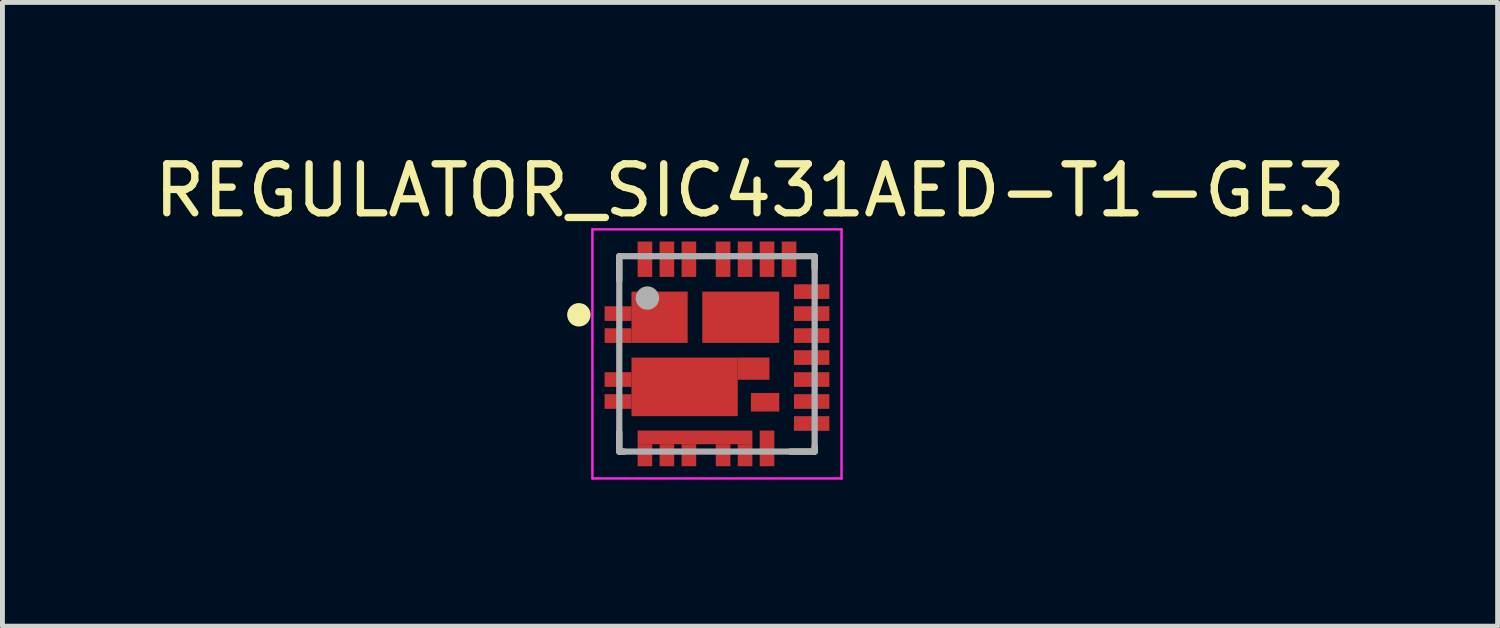
<source format=kicad_pcb>
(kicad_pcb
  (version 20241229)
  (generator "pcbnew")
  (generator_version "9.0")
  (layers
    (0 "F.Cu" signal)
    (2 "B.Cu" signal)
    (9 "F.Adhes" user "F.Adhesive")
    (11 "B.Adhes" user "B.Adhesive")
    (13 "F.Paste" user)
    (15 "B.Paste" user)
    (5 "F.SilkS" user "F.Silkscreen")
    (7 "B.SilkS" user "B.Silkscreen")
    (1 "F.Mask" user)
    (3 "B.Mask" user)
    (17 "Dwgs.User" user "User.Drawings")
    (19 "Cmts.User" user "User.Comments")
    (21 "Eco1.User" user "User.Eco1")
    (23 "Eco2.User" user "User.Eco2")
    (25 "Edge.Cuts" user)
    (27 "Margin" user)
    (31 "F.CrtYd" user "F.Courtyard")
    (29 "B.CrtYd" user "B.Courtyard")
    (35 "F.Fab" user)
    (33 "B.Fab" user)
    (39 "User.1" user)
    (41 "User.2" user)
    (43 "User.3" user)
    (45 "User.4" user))
  (footprint "REGULATOR_SIC431AED-T1-GE3"
    (layer "F.Cu")
    (at 11.628 4.195)
    (property "Reference" "REGULATOR_SIC431AED-T1-GE3" (at 0.677 -3.345 0) (layer "F.SilkS") (effects (font (size 1.003 1.003) (thickness 0.15))))
    (attr smd)
    (fp_line (start -2 -2) (end -2 -1.5) (stroke (width 0.127) (type solid)) (layer "F.SilkS"))
    (fp_line (start -2 1.6) (end -2 2) (stroke (width 0.127) (type solid)) (layer "F.SilkS"))
    (fp_line (start -2 2) (end -1.9 2) (stroke (width 0.127) (type solid)) (layer "F.SilkS"))
    (fp_line (start 1.5 2) (end 2 2) (stroke (width 0.127) (type solid)) (layer "F.SilkS"))
    (fp_line (start 2 -2) (end 2 -1.75) (stroke (width 0.127) (type solid)) (layer "F.SilkS"))
    (fp_line (start 2 2) (end 2 1.9) (stroke (width 0.127) (type solid)) (layer "F.SilkS"))
    (fp_circle (center -2.827 -0.8) (end -2.707 -0.8) (stroke (width 0.24) (type solid)) (fill no) (layer "F.SilkS"))
    (fp_line (start -2.55 -2.55) (end 2.55 -2.55) (stroke (width 0.05) (type solid)) (layer "F.CrtYd"))
    (fp_line (start -2.55 2.55) (end -2.55 -2.55) (stroke (width 0.05) (type solid)) (layer "F.CrtYd"))
    (fp_line (start 2.55 -2.55) (end 2.55 2.55) (stroke (width 0.05) (type solid)) (layer "F.CrtYd"))
    (fp_line (start 2.55 2.55) (end -2.55 2.55) (stroke (width 0.05) (type solid)) (layer "F.CrtYd"))
    (fp_line (start -2 -2) (end 2 -2) (stroke (width 0.127) (type solid)) (layer "F.Fab"))
    (fp_line (start -2 2) (end -2 -2) (stroke (width 0.127) (type solid)) (layer "F.Fab"))
    (fp_line (start 2 -2) (end 2 2) (stroke (width 0.127) (type solid)) (layer "F.Fab"))
    (fp_line (start 2 2) (end -2 2) (stroke (width 0.127) (type solid)) (layer "F.Fab"))
    (fp_circle (center -1.424 -1.143) (end -1.304 -1.143) (stroke (width 0.24) (type solid)) (fill no) (layer "F.Fab"))
    (pad "1" smd rect (at -2.025 -0.825) (size 0.55 0.3) (layers "F.Cu" "F.Mask" "F.Paste"))
    (pad "2" smd rect (at -2.025 -0.375) (size 0.55 0.3) (layers "F.Cu" "F.Mask" "F.Paste"))
    (pad "3" smd rect (at -2.025 0.525) (size 0.55 0.3) (layers "F.Cu" "F.Mask" "F.Paste"))
    (pad "4" smd rect (at -2.025 0.975) (size 0.55 0.3) (layers "F.Cu" "F.Mask" "F.Paste"))
    (pad "5" smd rect (at -1.475 2.075) (size 0.3 0.45) (layers "F.Cu" "F.Mask" "F.Paste"))
    (pad "6" smd rect (at -1.025 2.075) (size 0.3 0.45) (layers "F.Cu" "F.Mask" "F.Paste"))
    (pad "7" smd rect (at -0.575 2.075) (size 0.3 0.45) (layers "F.Cu" "F.Mask" "F.Paste"))
    (pad "8" smd rect (at 0.125 2.075) (size 0.3 0.45) (layers "F.Cu" "F.Mask" "F.Paste"))
    (pad "9" smd rect (at 0.575 2.075) (size 0.3 0.45) (layers "F.Cu" "F.Mask" "F.Paste"))
    (pad "9.1" smd rect (at -0.45 1.71) (size 2.35 0.28) (layers "F.Cu" "F.Mask" "F.Paste"))
    (pad "10" smd rect (at 1.025 1.935) (size 0.3 0.73) (layers "F.Cu" "F.Mask" "F.Paste"))
    (pad "11" smd rect (at 1.938 1.425) (size 0.725 0.3) (layers "F.Cu" "F.Mask" "F.Paste"))
    (pad "12" smd rect (at 1.938 0.975) (size 0.725 0.3) (layers "F.Cu" "F.Mask" "F.Paste"))
    (pad "13" smd rect (at 1.938 0.525) (size 0.725 0.3) (layers "F.Cu" "F.Mask" "F.Paste"))
    (pad "14" smd rect (at 1.938 0.075) (size 0.725 0.3) (layers "F.Cu" "F.Mask" "F.Paste"))
    (pad "15" smd rect (at 1.938 -0.375) (size 0.725 0.3) (layers "F.Cu" "F.Mask" "F.Paste"))
    (pad "16" smd rect (at 1.938 -0.825) (size 0.725 0.3) (layers "F.Cu" "F.Mask" "F.Paste"))
    (pad "17" smd rect (at 1.938 -1.275) (size 0.725 0.3) (layers "F.Cu" "F.Mask" "F.Paste"))
    (pad "18" smd rect (at 1.475 -1.938) (size 0.3 0.725) (layers "F.Cu" "F.Mask" "F.Paste"))
    (pad "19" smd rect (at 1.025 -1.938) (size 0.3 0.725) (layers "F.Cu" "F.Mask" "F.Paste"))
    (pad "20" smd rect (at 0.575 -1.938) (size 0.3 0.725) (layers "F.Cu" "F.Mask" "F.Paste"))
    (pad "21" smd rect (at 0.125 -1.938) (size 0.3 0.725) (layers "F.Cu" "F.Mask" "F.Paste"))
    (pad "22" smd rect (at -0.575 -1.938) (size 0.3 0.725) (layers "F.Cu" "F.Mask" "F.Paste"))
    (pad "23" smd rect (at -1.025 -1.938) (size 0.3 0.725) (layers "F.Cu" "F.Mask" "F.Paste"))
    (pad "24" smd rect (at -1.475 -1.938) (size 0.3 0.725) (layers "F.Cu" "F.Mask" "F.Paste"))
    (pad "25" smd rect (at 0.487 -0.75) (size 1.575 1.05) (layers "F.Cu" "F.Mask" "F.Paste"))
    (pad "26" smd rect (at -1.175 -0.75) (size 1.15 1.05) (layers "F.Cu" "F.Mask" "F.Paste"))
    (pad "27_1" smd rect (at -0.662 0.675) (size 2.175 1.2) (layers "F.Cu" "F.Mask" "F.Paste"))
    (pad "27_2" smd rect (at 0.75 0.302) (size 0.65 0.455) (layers "F.Cu" "F.Mask" "F.Paste"))
    (pad "28" smd rect (at 0.985 0.99) (size 0.58 0.38) (layers "F.Cu" "F.Mask" "F.Paste")))
  (gr_rect
    (start -3 -3)
    (end 27.61 9.77)
    (stroke (width 0.1) (type default))
    (fill no)
    (layer "Edge.Cuts")))
</source>
